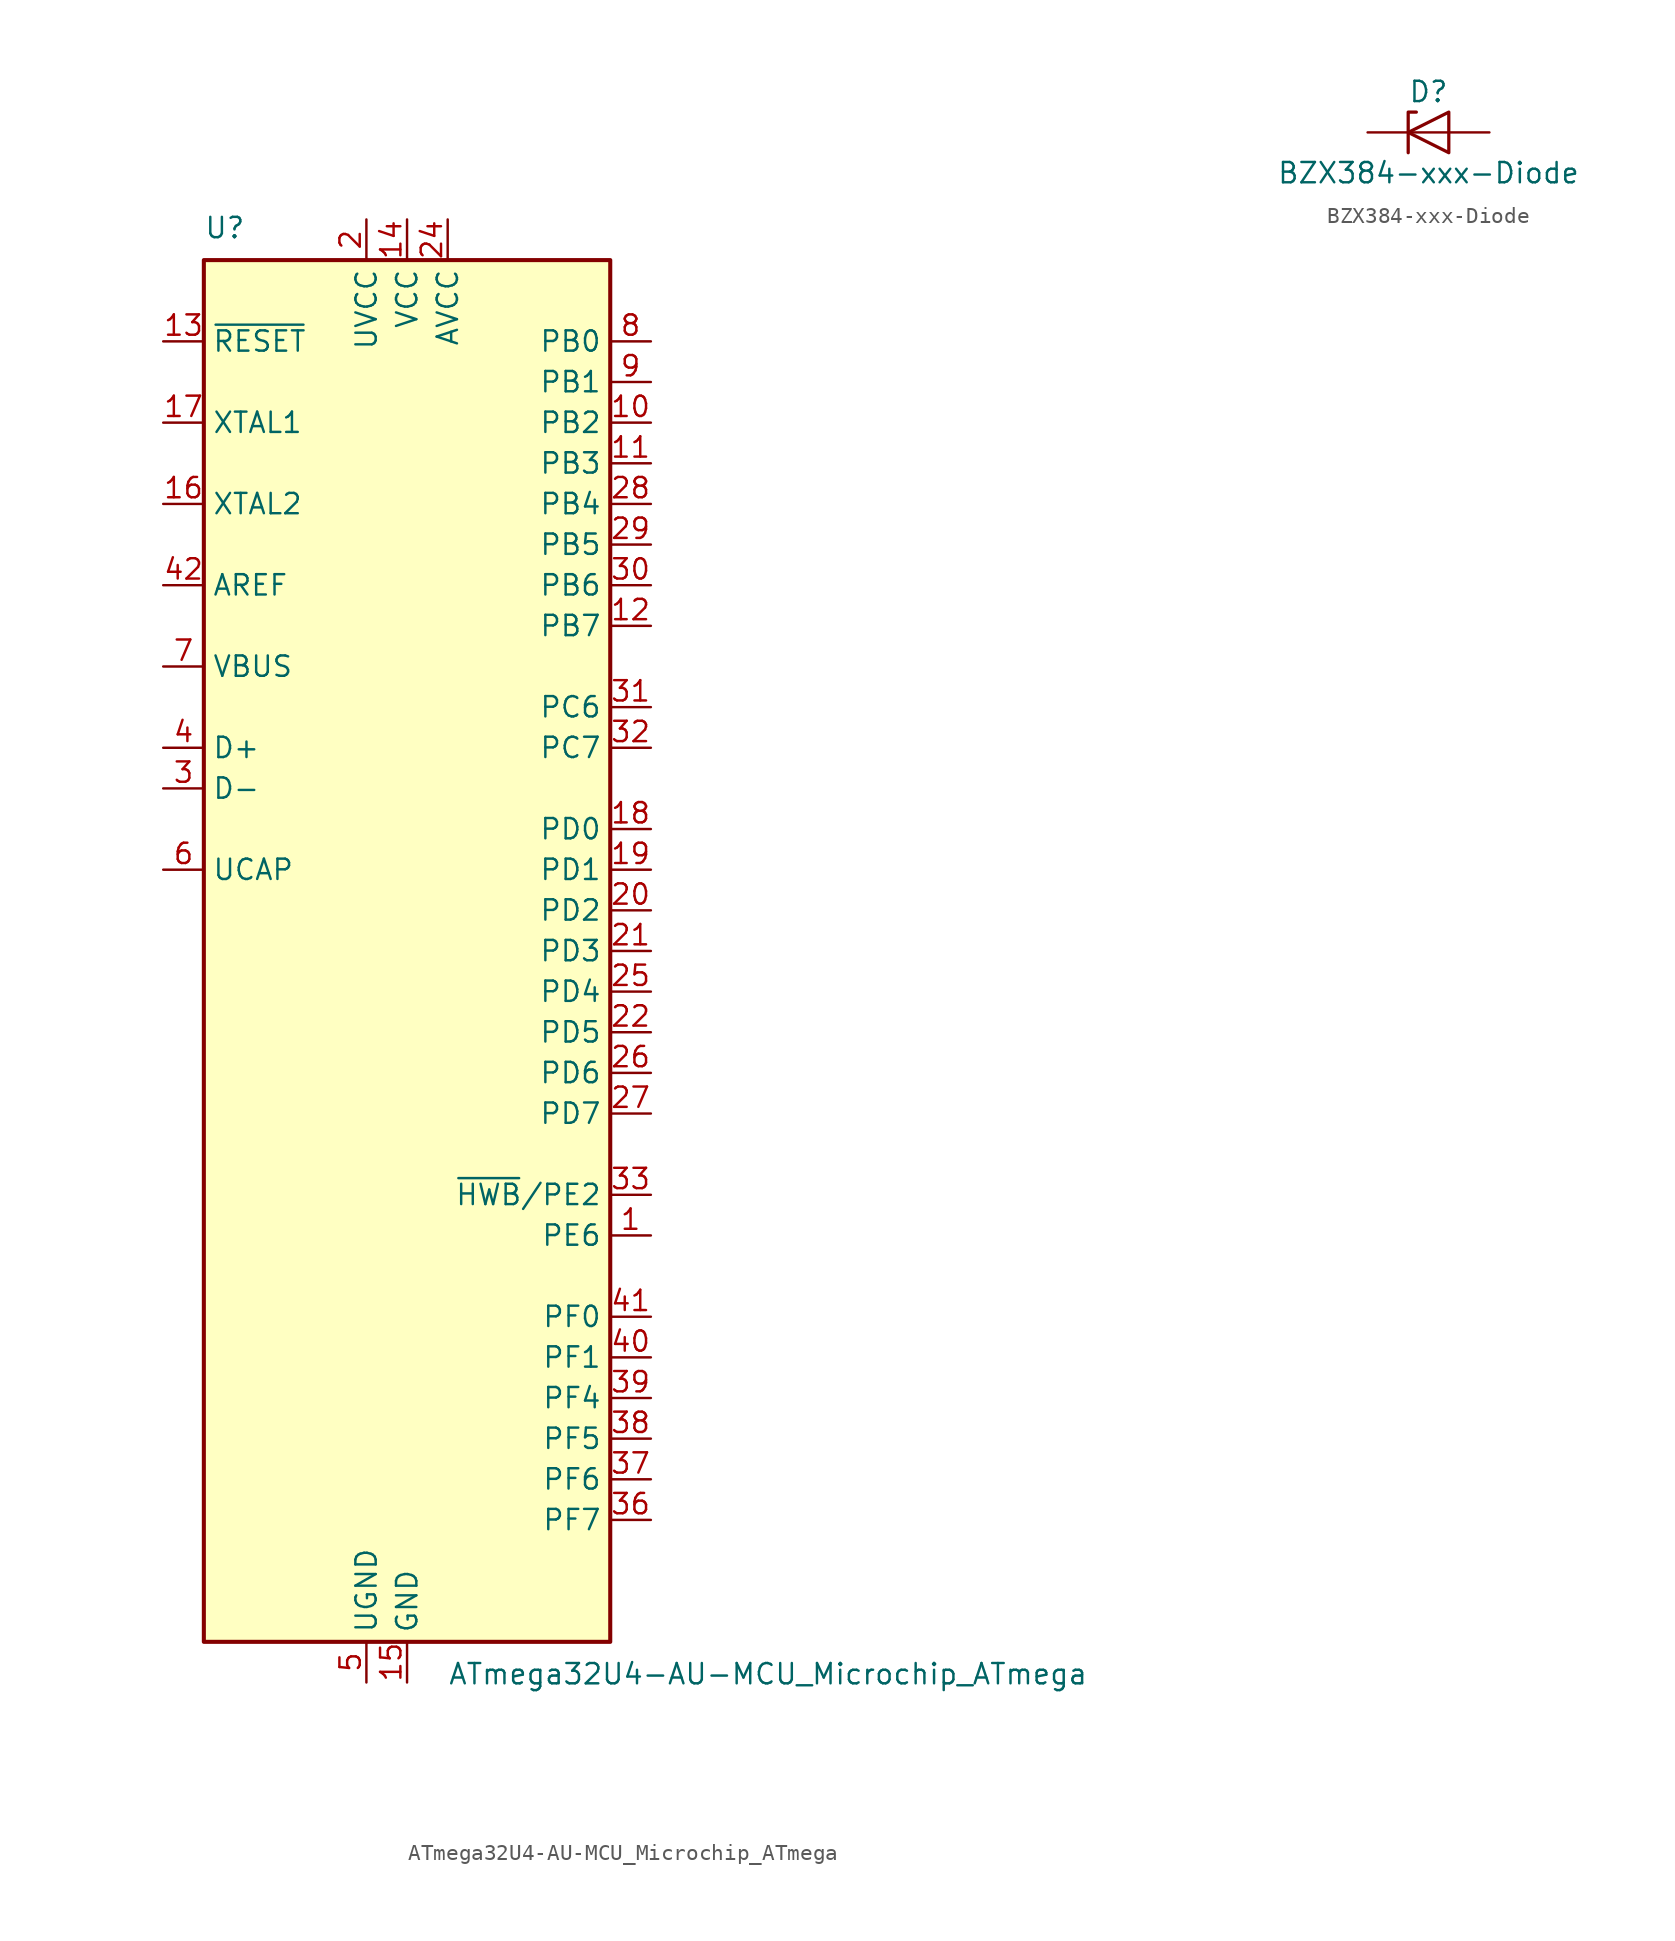
<source format=kicad_sym>
(kicad_symbol_lib
  (version 20220914)
  (generator kicad_symbol_editor)
  (symbol "ATmega32U4-AU-MCU_Microchip_ATmega"
    (property "Reference" "U"
      (at -12.7 44.45 0)
      (effects (font (size 1.27 1.27)) (justify left bottom)))
    (property "Value" "ATmega32U4-AU-MCU_Microchip_ATmega"
      (at 2.54 -44.45 0)
      (effects (font (size 1.27 1.27)) (justify left top)))
    (symbol "ATmega32U4-AU-MCU_Microchip_ATmega_0_1"
      (rectangle (start -12.7 -43.18) (end 12.7 43.18) (stroke (width 0.254) (type solid)) (fill (type background))))
    (symbol "ATmega32U4-AU-MCU_Microchip_ATmega_1_1"
      (pin bidirectional line (at 15.24 -17.78 180) (length 2.54) (name "PE6" (effects (font (size 1.27 1.27)))) (number "1" (effects (font (size 1.27 1.27)))))
      (pin bidirectional line (at 15.24 33.02 180) (length 2.54) (name "PB2" (effects (font (size 1.27 1.27)))) (number "10" (effects (font (size 1.27 1.27)))))
      (pin bidirectional line (at 15.24 30.48 180) (length 2.54) (name "PB3" (effects (font (size 1.27 1.27)))) (number "11" (effects (font (size 1.27 1.27)))))
      (pin bidirectional line (at 15.24 20.32 180) (length 2.54) (name "PB7" (effects (font (size 1.27 1.27)))) (number "12" (effects (font (size 1.27 1.27)))))
      (pin input line (at -15.24 38.1 0) (length 2.54) (name "~{RESET}" (effects (font (size 1.27 1.27)))) (number "13" (effects (font (size 1.27 1.27)))))
      (pin power_in line (at 0 45.72 270) (length 2.54) (name "VCC" (effects (font (size 1.27 1.27)))) (number "14" (effects (font (size 1.27 1.27)))))
      (pin power_in line (at 0 -45.72 90) (length 2.54) (name "GND" (effects (font (size 1.27 1.27)))) (number "15" (effects (font (size 1.27 1.27)))))
      (pin output line (at -15.24 27.94 0) (length 2.54) (name "XTAL2" (effects (font (size 1.27 1.27)))) (number "16" (effects (font (size 1.27 1.27)))))
      (pin input line (at -15.24 33.02 0) (length 2.54) (name "XTAL1" (effects (font (size 1.27 1.27)))) (number "17" (effects (font (size 1.27 1.27)))))
      (pin bidirectional line (at 15.24 7.62 180) (length 2.54) (name "PD0" (effects (font (size 1.27 1.27)))) (number "18" (effects (font (size 1.27 1.27)))))
      (pin bidirectional line (at 15.24 5.08 180) (length 2.54) (name "PD1" (effects (font (size 1.27 1.27)))) (number "19" (effects (font (size 1.27 1.27)))))
      (pin power_in line (at -2.54 45.72 270) (length 2.54) (name "UVCC" (effects (font (size 1.27 1.27)))) (number "2" (effects (font (size 1.27 1.27)))))
      (pin bidirectional line (at 15.24 2.54 180) (length 2.54) (name "PD2" (effects (font (size 1.27 1.27)))) (number "20" (effects (font (size 1.27 1.27)))))
      (pin bidirectional line (at 15.24 0 180) (length 2.54) (name "PD3" (effects (font (size 1.27 1.27)))) (number "21" (effects (font (size 1.27 1.27)))))
      (pin bidirectional line (at 15.24 -5.08 180) (length 2.54) (name "PD5" (effects (font (size 1.27 1.27)))) (number "22" (effects (font (size 1.27 1.27)))))
      (pin passive line (at 0 -45.72 90) (length 2.54) hide (name "GND" (effects (font (size 1.27 1.27)))) (number "23" (effects (font (size 1.27 1.27)))))
      (pin power_in line (at 2.54 45.72 270) (length 2.54) (name "AVCC" (effects (font (size 1.27 1.27)))) (number "24" (effects (font (size 1.27 1.27)))))
      (pin bidirectional line (at 15.24 -2.54 180) (length 2.54) (name "PD4" (effects (font (size 1.27 1.27)))) (number "25" (effects (font (size 1.27 1.27)))))
      (pin bidirectional line (at 15.24 -7.62 180) (length 2.54) (name "PD6" (effects (font (size 1.27 1.27)))) (number "26" (effects (font (size 1.27 1.27)))))
      (pin bidirectional line (at 15.24 -10.16 180) (length 2.54) (name "PD7" (effects (font (size 1.27 1.27)))) (number "27" (effects (font (size 1.27 1.27)))))
      (pin bidirectional line (at 15.24 27.94 180) (length 2.54) (name "PB4" (effects (font (size 1.27 1.27)))) (number "28" (effects (font (size 1.27 1.27)))))
      (pin bidirectional line (at 15.24 25.4 180) (length 2.54) (name "PB5" (effects (font (size 1.27 1.27)))) (number "29" (effects (font (size 1.27 1.27)))))
      (pin bidirectional line (at -15.24 10.16 0) (length 2.54) (name "D-" (effects (font (size 1.27 1.27)))) (number "3" (effects (font (size 1.27 1.27)))))
      (pin bidirectional line (at 15.24 22.86 180) (length 2.54) (name "PB6" (effects (font (size 1.27 1.27)))) (number "30" (effects (font (size 1.27 1.27)))))
      (pin bidirectional line (at 15.24 15.24 180) (length 2.54) (name "PC6" (effects (font (size 1.27 1.27)))) (number "31" (effects (font (size 1.27 1.27)))))
      (pin bidirectional line (at 15.24 12.7 180) (length 2.54) (name "PC7" (effects (font (size 1.27 1.27)))) (number "32" (effects (font (size 1.27 1.27)))))
      (pin bidirectional line (at 15.24 -15.24 180) (length 2.54) (name "~{HWB}/PE2" (effects (font (size 1.27 1.27)))) (number "33" (effects (font (size 1.27 1.27)))))
      (pin passive line (at 0 45.72 270) (length 2.54) hide (name "VCC" (effects (font (size 1.27 1.27)))) (number "34" (effects (font (size 1.27 1.27)))))
      (pin passive line (at 0 -45.72 90) (length 2.54) hide (name "GND" (effects (font (size 1.27 1.27)))) (number "35" (effects (font (size 1.27 1.27)))))
      (pin bidirectional line (at 15.24 -35.56 180) (length 2.54) (name "PF7" (effects (font (size 1.27 1.27)))) (number "36" (effects (font (size 1.27 1.27)))))
      (pin bidirectional line (at 15.24 -33.02 180) (length 2.54) (name "PF6" (effects (font (size 1.27 1.27)))) (number "37" (effects (font (size 1.27 1.27)))))
      (pin bidirectional line (at 15.24 -30.48 180) (length 2.54) (name "PF5" (effects (font (size 1.27 1.27)))) (number "38" (effects (font (size 1.27 1.27)))))
      (pin bidirectional line (at 15.24 -27.94 180) (length 2.54) (name "PF4" (effects (font (size 1.27 1.27)))) (number "39" (effects (font (size 1.27 1.27)))))
      (pin bidirectional line (at -15.24 12.7 0) (length 2.54) (name "D+" (effects (font (size 1.27 1.27)))) (number "4" (effects (font (size 1.27 1.27)))))
      (pin bidirectional line (at 15.24 -25.4 180) (length 2.54) (name "PF1" (effects (font (size 1.27 1.27)))) (number "40" (effects (font (size 1.27 1.27)))))
      (pin bidirectional line (at 15.24 -22.86 180) (length 2.54) (name "PF0" (effects (font (size 1.27 1.27)))) (number "41" (effects (font (size 1.27 1.27)))))
      (pin passive line (at -15.24 22.86 0) (length 2.54) (name "AREF" (effects (font (size 1.27 1.27)))) (number "42" (effects (font (size 1.27 1.27)))))
      (pin passive line (at 0 -45.72 90) (length 2.54) hide (name "GND" (effects (font (size 1.27 1.27)))) (number "43" (effects (font (size 1.27 1.27)))))
      (pin passive line (at 2.54 45.72 270) (length 2.54) hide (name "AVCC" (effects (font (size 1.27 1.27)))) (number "44" (effects (font (size 1.27 1.27)))))
      (pin passive line (at -2.54 -45.72 90) (length 2.54) (name "UGND" (effects (font (size 1.27 1.27)))) (number "5" (effects (font (size 1.27 1.27)))))
      (pin passive line (at -15.24 5.08 0) (length 2.54) (name "UCAP" (effects (font (size 1.27 1.27)))) (number "6" (effects (font (size 1.27 1.27)))))
      (pin input line (at -15.24 17.78 0) (length 2.54) (name "VBUS" (effects (font (size 1.27 1.27)))) (number "7" (effects (font (size 1.27 1.27)))))
      (pin bidirectional line (at 15.24 38.1 180) (length 2.54) (name "PB0" (effects (font (size 1.27 1.27)))) (number "8" (effects (font (size 1.27 1.27)))))
      (pin bidirectional line (at 15.24 35.56 180) (length 2.54) (name "PB1" (effects (font (size 1.27 1.27)))) (number "9" (effects (font (size 1.27 1.27)))))))
  (symbol "BZX384-xxx-Diode"
    (pin_numbers hide)
    (pin_names hide)
    (property "Reference" "D"
      (at 0 2.54 0)
      (effects (font (size 1.27 1.27))))
    (property "Value" "BZX384-xxx-Diode"
      (at 0 -2.54 0)
      (effects (font (size 1.27 1.27))))
    (symbol "BZX384-xxx-Diode_0_1"
      (polyline (pts (xy 1.27 0) (xy -1.27 0)) (stroke (width 0) (type solid)) (fill (type none)))
      (polyline (pts (xy -1.27 -1.27) (xy -1.27 1.27) (xy -0.762 1.27)) (stroke (width 0.203) (type solid)) (fill (type none)))
      (polyline (pts (xy 1.27 -1.27) (xy 1.27 1.27) (xy -1.27 0) (xy 1.27 -1.27)) (stroke (width 0.203) (type solid)) (fill (type none))))
    (symbol "BZX384-xxx-Diode_1_1"
      (pin passive line (at -3.81 0 0) (length 2.54) (name "K" (effects (font (size 1.27 1.27)))) (number "1" (effects (font (size 1.27 1.27)))))
      (pin passive line (at 3.81 0 180) (length 2.54) (name "A" (effects (font (size 1.27 1.27)))) (number "2" (effects (font (size 1.27 1.27))))))))
</source>
